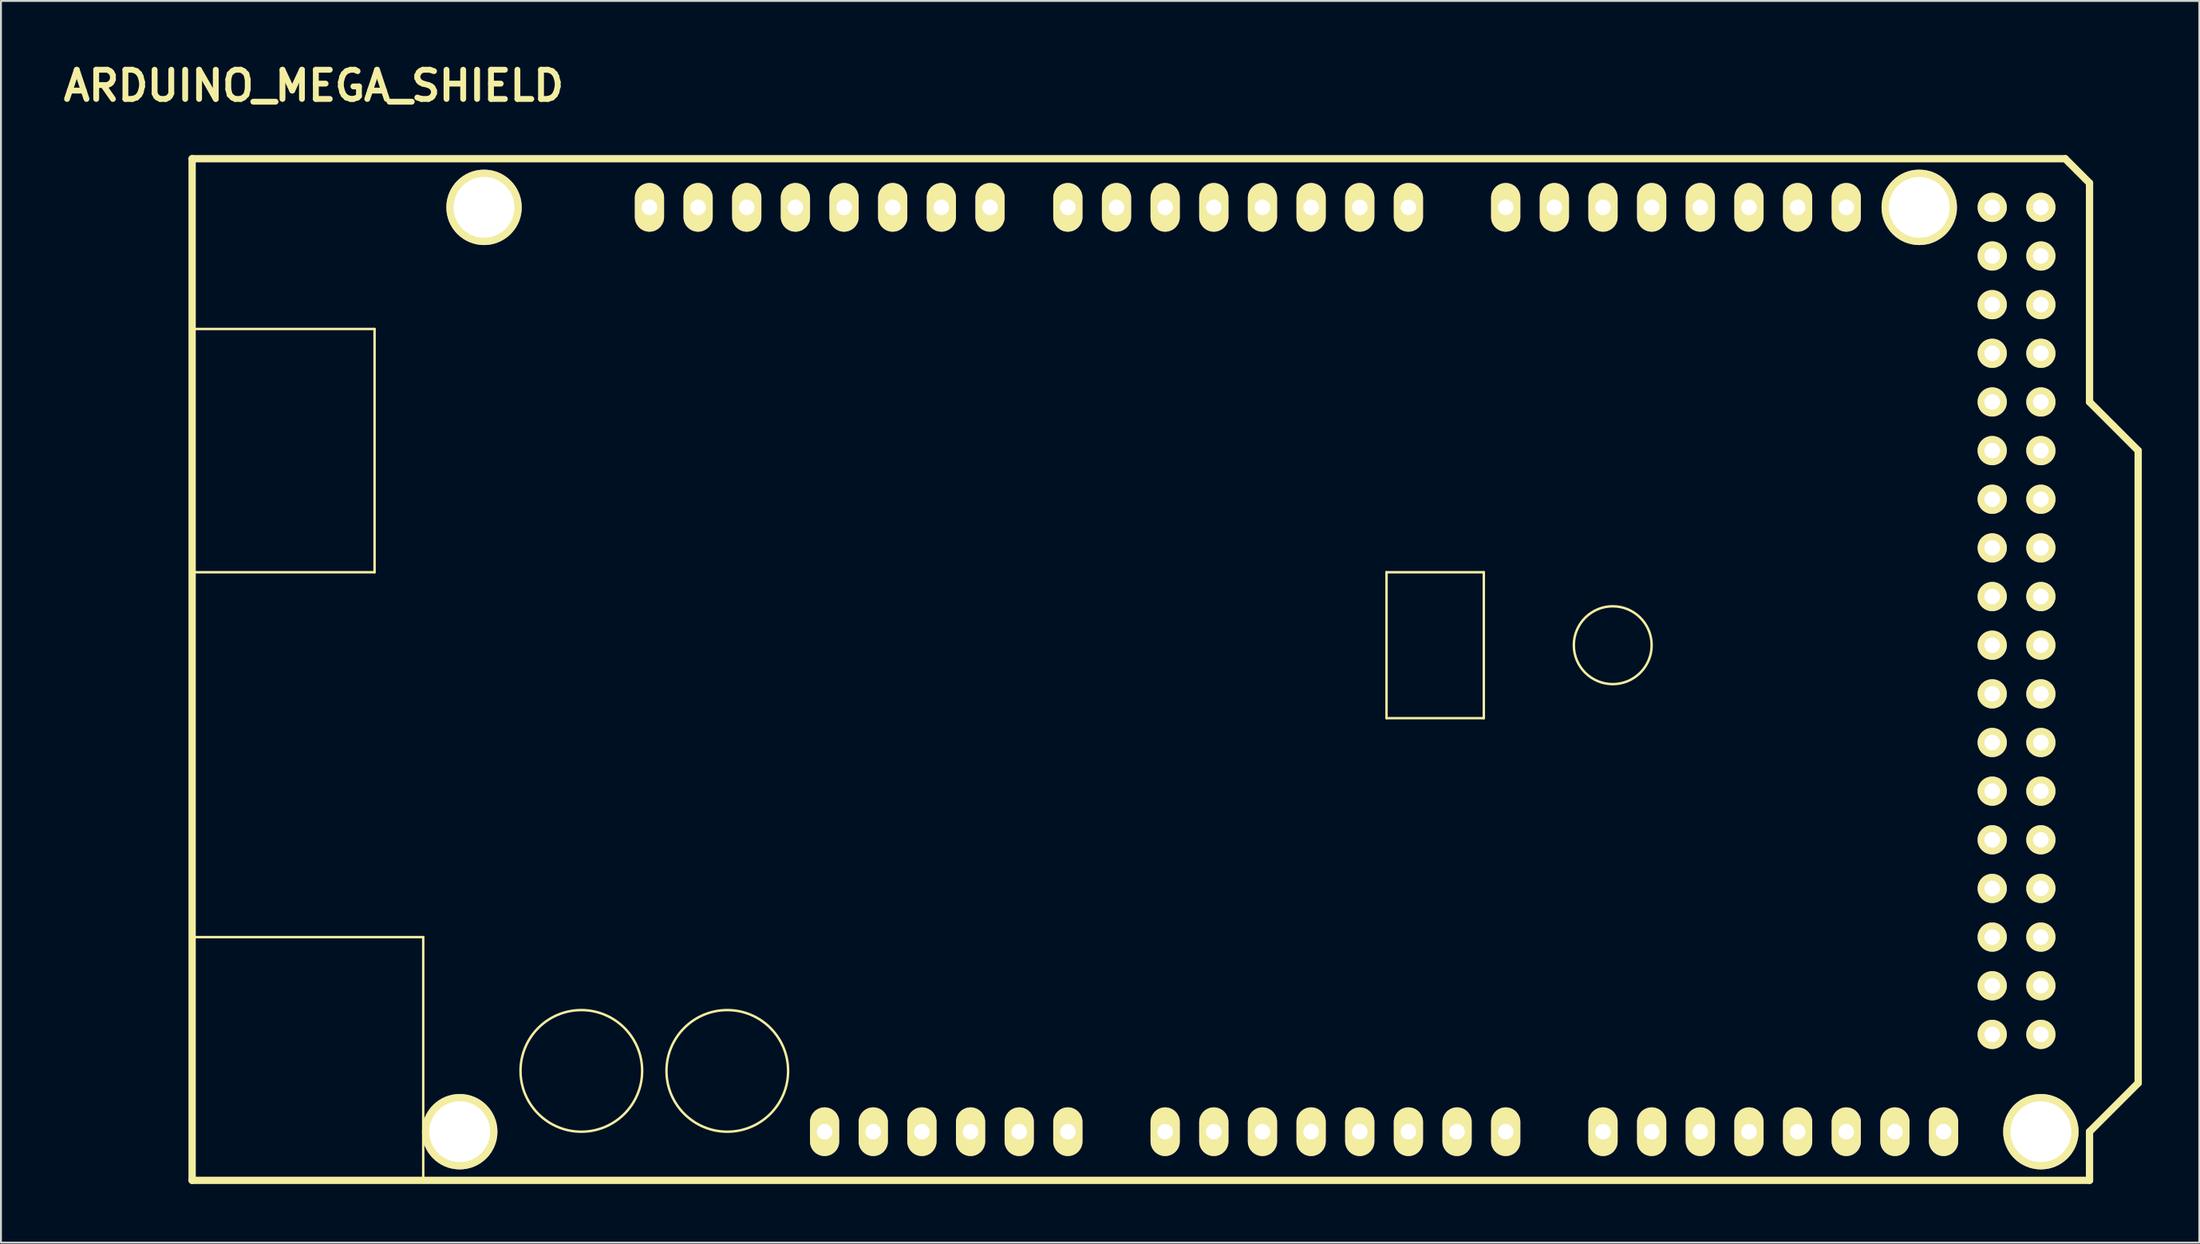
<source format=kicad_pcb>
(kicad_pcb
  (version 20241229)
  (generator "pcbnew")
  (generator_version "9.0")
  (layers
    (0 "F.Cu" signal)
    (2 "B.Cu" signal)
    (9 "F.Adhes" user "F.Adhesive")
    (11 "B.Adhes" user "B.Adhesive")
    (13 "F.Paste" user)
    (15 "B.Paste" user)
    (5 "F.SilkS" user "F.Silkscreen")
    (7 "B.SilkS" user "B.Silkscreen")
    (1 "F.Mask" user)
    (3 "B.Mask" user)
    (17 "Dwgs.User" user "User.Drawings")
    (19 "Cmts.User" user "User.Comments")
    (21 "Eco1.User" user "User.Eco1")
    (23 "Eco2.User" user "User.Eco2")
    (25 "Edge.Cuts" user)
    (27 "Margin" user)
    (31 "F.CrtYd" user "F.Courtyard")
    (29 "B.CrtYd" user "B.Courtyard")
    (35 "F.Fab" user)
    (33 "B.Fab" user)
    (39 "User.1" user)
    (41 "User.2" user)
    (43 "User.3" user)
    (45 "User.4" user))
  (footprint "ARDUINO_MEGA_SHIELD"
    (layer "F.Cu")
    (at 6.981 58.576)
    (property "Reference" "ARDUINO_MEGA_SHIELD" (at 6.35 -57.15 0) (layer "F.SilkS") (effects (font (size 1.524 1.524) (thickness 0.305))))
    (attr through_hole)
    (fp_line (start 0 -44.45) (end 9.525 -44.45) (stroke (width 0.127) (type solid)) (layer "F.SilkS"))
    (fp_line (start 0 -12.7) (end 12.065 -12.7) (stroke (width 0.127) (type solid)) (layer "F.SilkS"))
    (fp_line (start 0 0) (end 0 -53.34) (stroke (width 0.381) (type solid)) (layer "F.SilkS"))
    (fp_line (start 9.525 -44.45) (end 9.525 -31.75) (stroke (width 0.127) (type solid)) (layer "F.SilkS"))
    (fp_line (start 9.525 -31.75) (end 0 -31.75) (stroke (width 0.127) (type solid)) (layer "F.SilkS"))
    (fp_line (start 12.065 -12.7) (end 12.065 0) (stroke (width 0.127) (type solid)) (layer "F.SilkS"))
    (fp_line (start 62.357 -31.75) (end 62.357 -24.13) (stroke (width 0.127) (type solid)) (layer "F.SilkS"))
    (fp_line (start 62.357 -24.13) (end 67.437 -24.13) (stroke (width 0.127) (type solid)) (layer "F.SilkS"))
    (fp_line (start 67.437 -31.75) (end 62.357 -31.75) (stroke (width 0.127) (type solid)) (layer "F.SilkS"))
    (fp_line (start 67.437 -24.13) (end 67.437 -31.75) (stroke (width 0.127) (type solid)) (layer "F.SilkS"))
    (fp_line (start 97.79 -53.34) (end 0 -53.34) (stroke (width 0.381) (type solid)) (layer "F.SilkS"))
    (fp_line (start 99.06 -52.07) (end 97.79 -53.34) (stroke (width 0.381) (type solid)) (layer "F.SilkS"))
    (fp_line (start 99.06 -40.64) (end 99.06 -52.07) (stroke (width 0.381) (type solid)) (layer "F.SilkS"))
    (fp_line (start 99.06 -40.64) (end 101.6 -38.1) (stroke (width 0.381) (type solid)) (layer "F.SilkS"))
    (fp_line (start 99.06 -2.54) (end 99.06 0) (stroke (width 0.381) (type solid)) (layer "F.SilkS"))
    (fp_line (start 99.06 0) (end 0 0) (stroke (width 0.381) (type solid)) (layer "F.SilkS"))
    (fp_line (start 101.6 -38.1) (end 101.6 -5.08) (stroke (width 0.381) (type solid)) (layer "F.SilkS"))
    (fp_line (start 101.6 -5.08) (end 99.06 -2.54) (stroke (width 0.381) (type solid)) (layer "F.SilkS"))
    (fp_circle (center 20.32 -5.715) (end 23.495 -5.715) (stroke (width 0.127) (type solid)) (fill no) (layer "F.SilkS"))
    (fp_circle (center 27.94 -5.715) (end 31.115 -5.715) (stroke (width 0.127) (type solid)) (fill no) (layer "F.SilkS"))
    (fp_circle (center 74.168 -27.94) (end 76.2 -27.94) (stroke (width 0.127) (type solid)) (fill no) (layer "F.SilkS"))
    (pad "0" thru_hole oval (at 63.5 -50.8 90) (size 2.54 1.524) (drill 0.813) (layers "*.Cu" "*.Mask" "F.SilkS"))
    (pad "1" thru_hole oval (at 60.96 -50.8 90) (size 2.54 1.524) (drill 0.813) (layers "*.Cu" "*.Mask" "F.SilkS"))
    (pad "2" thru_hole oval (at 58.42 -50.8 90) (size 2.54 1.524) (drill 0.813) (layers "*.Cu" "*.Mask" "F.SilkS"))
    (pad "3" thru_hole oval (at 55.88 -50.8 90) (size 2.54 1.524) (drill 0.813) (layers "*.Cu" "*.Mask" "F.SilkS"))
    (pad "3V3" thru_hole oval (at 35.56 -2.54 90) (size 2.54 1.524) (drill 0.813) (layers "*.Cu" "*.Mask" "F.SilkS"))
    (pad "4" thru_hole oval (at 53.34 -50.8 90) (size 2.54 1.524) (drill 0.813) (layers "*.Cu" "*.Mask" "F.SilkS"))
    (pad "5" thru_hole oval (at 50.8 -50.8 90) (size 2.54 1.524) (drill 0.813) (layers "*.Cu" "*.Mask" "F.SilkS"))
    (pad "5V" thru_hole oval (at 38.1 -2.54 90) (size 2.54 1.524) (drill 0.813) (layers "*.Cu" "*.Mask" "F.SilkS"))
    (pad "5V_4" thru_hole circle (at 93.98 -50.8) (size 1.524 1.524) (drill 0.813) (layers "*.Cu" "*.Mask" "F.SilkS"))
    (pad "5V_5" thru_hole circle (at 96.52 -50.8) (size 1.524 1.524) (drill 0.813) (layers "*.Cu" "*.Mask" "F.SilkS"))
    (pad "6" thru_hole oval (at 48.26 -50.8 90) (size 2.54 1.524) (drill 0.813) (layers "*.Cu" "*.Mask" "F.SilkS"))
    (pad "7" thru_hole oval (at 45.72 -50.8 90) (size 2.54 1.524) (drill 0.813) (layers "*.Cu" "*.Mask" "F.SilkS"))
    (pad "8" thru_hole oval (at 41.656 -50.8 90) (size 2.54 1.524) (drill 0.813) (layers "*.Cu" "*.Mask" "F.SilkS"))
    (pad "9" thru_hole oval (at 39.116 -50.8 90) (size 2.54 1.524) (drill 0.813) (layers "*.Cu" "*.Mask" "F.SilkS"))
    (pad "10" thru_hole oval (at 36.576 -50.8 90) (size 2.54 1.524) (drill 0.813) (layers "*.Cu" "*.Mask" "F.SilkS"))
    (pad "11" thru_hole oval (at 34.036 -50.8 90) (size 2.54 1.524) (drill 0.813) (layers "*.Cu" "*.Mask" "F.SilkS"))
    (pad "12" thru_hole oval (at 31.496 -50.8 90) (size 2.54 1.524) (drill 0.813) (layers "*.Cu" "*.Mask" "F.SilkS"))
    (pad "13" thru_hole oval (at 28.956 -50.8 90) (size 2.54 1.524) (drill 0.813) (layers "*.Cu" "*.Mask" "F.SilkS"))
    (pad "14" thru_hole oval (at 68.58 -50.8 90) (size 2.54 1.524) (drill 0.813) (layers "*.Cu" "*.Mask" "F.SilkS"))
    (pad "15" thru_hole oval (at 71.12 -50.8 90) (size 2.54 1.524) (drill 0.813) (layers "*.Cu" "*.Mask" "F.SilkS"))
    (pad "16" thru_hole oval (at 73.66 -50.8 90) (size 2.54 1.524) (drill 0.813) (layers "*.Cu" "*.Mask" "F.SilkS"))
    (pad "17" thru_hole oval (at 76.2 -50.8 90) (size 2.54 1.524) (drill 0.813) (layers "*.Cu" "*.Mask" "F.SilkS"))
    (pad "18" thru_hole oval (at 78.74 -50.8 90) (size 2.54 1.524) (drill 0.813) (layers "*.Cu" "*.Mask" "F.SilkS"))
    (pad "19" thru_hole oval (at 81.28 -50.8 90) (size 2.54 1.524) (drill 0.813) (layers "*.Cu" "*.Mask" "F.SilkS"))
    (pad "20" thru_hole oval (at 83.82 -50.8 90) (size 2.54 1.524) (drill 0.813) (layers "*.Cu" "*.Mask" "F.SilkS"))
    (pad "21" thru_hole oval (at 86.36 -50.8 90) (size 2.54 1.524) (drill 0.813) (layers "*.Cu" "*.Mask" "F.SilkS"))
    (pad "22" thru_hole circle (at 93.98 -48.26) (size 1.524 1.524) (drill 0.813) (layers "*.Cu" "*.Mask" "F.SilkS"))
    (pad "23" thru_hole circle (at 96.52 -48.26) (size 1.524 1.524) (drill 0.813) (layers "*.Cu" "*.Mask" "F.SilkS"))
    (pad "24" thru_hole circle (at 93.98 -45.72) (size 1.524 1.524) (drill 0.813) (layers "*.Cu" "*.Mask" "F.SilkS"))
    (pad "25" thru_hole circle (at 96.52 -45.72) (size 1.524 1.524) (drill 0.813) (layers "*.Cu" "*.Mask" "F.SilkS"))
    (pad "26" thru_hole circle (at 93.98 -43.18) (size 1.524 1.524) (drill 0.813) (layers "*.Cu" "*.Mask" "F.SilkS"))
    (pad "27" thru_hole circle (at 96.52 -43.18) (size 1.524 1.524) (drill 0.813) (layers "*.Cu" "*.Mask" "F.SilkS"))
    (pad "28" thru_hole circle (at 93.98 -40.64) (size 1.524 1.524) (drill 0.813) (layers "*.Cu" "*.Mask" "F.SilkS"))
    (pad "29" thru_hole circle (at 96.52 -40.64) (size 1.524 1.524) (drill 0.813) (layers "*.Cu" "*.Mask" "F.SilkS"))
    (pad "30" thru_hole circle (at 93.98 -38.1) (size 1.524 1.524) (drill 0.813) (layers "*.Cu" "*.Mask" "F.SilkS"))
    (pad "31" thru_hole circle (at 96.52 -38.1) (size 1.524 1.524) (drill 0.813) (layers "*.Cu" "*.Mask" "F.SilkS"))
    (pad "32" thru_hole circle (at 93.98 -35.56) (size 1.524 1.524) (drill 0.813) (layers "*.Cu" "*.Mask" "F.SilkS"))
    (pad "33" thru_hole circle (at 96.52 -35.56) (size 1.524 1.524) (drill 0.813) (layers "*.Cu" "*.Mask" "F.SilkS"))
    (pad "34" thru_hole circle (at 93.98 -33.02) (size 1.524 1.524) (drill 0.813) (layers "*.Cu" "*.Mask" "F.SilkS"))
    (pad "35" thru_hole circle (at 96.52 -33.02) (size 1.524 1.524) (drill 0.813) (layers "*.Cu" "*.Mask" "F.SilkS"))
    (pad "36" thru_hole circle (at 93.98 -30.48) (size 1.524 1.524) (drill 0.813) (layers "*.Cu" "*.Mask" "F.SilkS"))
    (pad "37" thru_hole circle (at 96.52 -30.48) (size 1.524 1.524) (drill 0.813) (layers "*.Cu" "*.Mask" "F.SilkS"))
    (pad "38" thru_hole circle (at 93.98 -27.94) (size 1.524 1.524) (drill 0.813) (layers "*.Cu" "*.Mask" "F.SilkS"))
    (pad "39" thru_hole circle (at 96.52 -27.94) (size 1.524 1.524) (drill 0.813) (layers "*.Cu" "*.Mask" "F.SilkS"))
    (pad "40" thru_hole circle (at 93.98 -25.4) (size 1.524 1.524) (drill 0.813) (layers "*.Cu" "*.Mask" "F.SilkS"))
    (pad "41" thru_hole circle (at 96.52 -25.4) (size 1.524 1.524) (drill 0.813) (layers "*.Cu" "*.Mask" "F.SilkS"))
    (pad "42" thru_hole circle (at 93.98 -22.86) (size 1.524 1.524) (drill 0.813) (layers "*.Cu" "*.Mask" "F.SilkS"))
    (pad "43" thru_hole circle (at 96.52 -22.86) (size 1.524 1.524) (drill 0.813) (layers "*.Cu" "*.Mask" "F.SilkS"))
    (pad "44" thru_hole circle (at 93.98 -20.32) (size 1.524 1.524) (drill 0.813) (layers "*.Cu" "*.Mask" "F.SilkS"))
    (pad "45" thru_hole circle (at 96.52 -20.32) (size 1.524 1.524) (drill 0.813) (layers "*.Cu" "*.Mask" "F.SilkS"))
    (pad "46" thru_hole circle (at 93.98 -17.78) (size 1.524 1.524) (drill 0.813) (layers "*.Cu" "*.Mask" "F.SilkS"))
    (pad "47" thru_hole circle (at 96.52 -17.78) (size 1.524 1.524) (drill 0.813) (layers "*.Cu" "*.Mask" "F.SilkS"))
    (pad "48" thru_hole circle (at 93.98 -15.24) (size 1.524 1.524) (drill 0.813) (layers "*.Cu" "*.Mask" "F.SilkS"))
    (pad "49" thru_hole circle (at 96.52 -15.24) (size 1.524 1.524) (drill 0.813) (layers "*.Cu" "*.Mask" "F.SilkS"))
    (pad "50" thru_hole circle (at 93.98 -12.7) (size 1.524 1.524) (drill 0.813) (layers "*.Cu" "*.Mask" "F.SilkS"))
    (pad "51" thru_hole circle (at 96.52 -12.7) (size 1.524 1.524) (drill 0.813) (layers "*.Cu" "*.Mask" "F.SilkS"))
    (pad "52" thru_hole circle (at 93.98 -10.16) (size 1.524 1.524) (drill 0.813) (layers "*.Cu" "*.Mask" "F.SilkS"))
    (pad "53" thru_hole circle (at 96.52 -10.16) (size 1.524 1.524) (drill 0.813) (layers "*.Cu" "*.Mask" "F.SilkS"))
    (pad "AD0" thru_hole oval (at 50.8 -2.54 90) (size 2.54 1.524) (drill 0.813) (layers "*.Cu" "*.Mask" "F.SilkS"))
    (pad "AD1" thru_hole oval (at 53.34 -2.54 90) (size 2.54 1.524) (drill 0.813) (layers "*.Cu" "*.Mask" "F.SilkS"))
    (pad "AD2" thru_hole oval (at 55.88 -2.54 90) (size 2.54 1.524) (drill 0.813) (layers "*.Cu" "*.Mask" "F.SilkS"))
    (pad "AD3" thru_hole oval (at 58.42 -2.54 90) (size 2.54 1.524) (drill 0.813) (layers "*.Cu" "*.Mask" "F.SilkS"))
    (pad "AD4" thru_hole oval (at 60.96 -2.54 90) (size 2.54 1.524) (drill 0.813) (layers "*.Cu" "*.Mask" "F.SilkS"))
    (pad "AD5" thru_hole oval (at 63.5 -2.54 90) (size 2.54 1.524) (drill 0.813) (layers "*.Cu" "*.Mask" "F.SilkS"))
    (pad "AD6" thru_hole oval (at 66.04 -2.54 90) (size 2.54 1.524) (drill 0.813) (layers "*.Cu" "*.Mask" "F.SilkS"))
    (pad "AD7" thru_hole oval (at 68.58 -2.54 90) (size 2.54 1.524) (drill 0.813) (layers "*.Cu" "*.Mask" "F.SilkS"))
    (pad "AD8" thru_hole oval (at 73.66 -2.54 90) (size 2.54 1.524) (drill 0.813) (layers "*.Cu" "*.Mask" "F.SilkS"))
    (pad "AD9" thru_hole oval (at 76.2 -2.54 90) (size 2.54 1.524) (drill 0.813) (layers "*.Cu" "*.Mask" "F.SilkS"))
    (pad "AD10" thru_hole oval (at 78.74 -2.54 90) (size 2.54 1.524) (drill 0.813) (layers "*.Cu" "*.Mask" "F.SilkS"))
    (pad "AD11" thru_hole oval (at 81.28 -2.54 90) (size 2.54 1.524) (drill 0.813) (layers "*.Cu" "*.Mask" "F.SilkS"))
    (pad "AD12" thru_hole oval (at 83.82 -2.54 90) (size 2.54 1.524) (drill 0.813) (layers "*.Cu" "*.Mask" "F.SilkS"))
    (pad "AD13" thru_hole oval (at 86.36 -2.54 90) (size 2.54 1.524) (drill 0.813) (layers "*.Cu" "*.Mask" "F.SilkS"))
    (pad "AD14" thru_hole oval (at 88.9 -2.54 90) (size 2.54 1.524) (drill 0.813) (layers "*.Cu" "*.Mask" "F.SilkS"))
    (pad "AD15" thru_hole oval (at 91.44 -2.54 90) (size 2.54 1.524) (drill 0.813) (layers "*.Cu" "*.Mask" "F.SilkS"))
    (pad "AREF" thru_hole oval (at 23.876 -50.8 90) (size 2.54 1.524) (drill 0.813) (layers "*.Cu" "*.Mask" "F.SilkS"))
    (pad "GND1" thru_hole circle (at 13.97 -2.54 90) (size 3.937 3.937) (drill 3.175) (layers "*.Cu" "*.Mask" "F.SilkS"))
    (pad "GND1" thru_hole circle (at 15.24 -50.8 90) (size 3.937 3.937) (drill 3.175) (layers "*.Cu" "*.Mask" "F.SilkS"))
    (pad "GND1" thru_hole oval (at 40.64 -2.54 90) (size 2.54 1.524) (drill 0.813) (layers "*.Cu" "*.Mask" "F.SilkS"))
    (pad "GND1" thru_hole circle (at 90.17 -50.8 90) (size 3.937 3.937) (drill 3.175) (layers "*.Cu" "*.Mask" "F.SilkS"))
    (pad "GND1" thru_hole circle (at 96.52 -2.54 90) (size 3.937 3.937) (drill 3.175) (layers "*.Cu" "*.Mask" "F.SilkS"))
    (pad "GND2" thru_hole oval (at 43.18 -2.54 90) (size 2.54 1.524) (drill 0.813) (layers "*.Cu" "*.Mask" "F.SilkS"))
    (pad "GND3" thru_hole oval (at 26.416 -50.8 90) (size 2.54 1.524) (drill 0.813) (layers "*.Cu" "*.Mask" "F.SilkS"))
    (pad "GND4" thru_hole circle (at 93.98 -7.62) (size 1.524 1.524) (drill 0.813) (layers "*.Cu" "*.Mask" "F.SilkS"))
    (pad "GND5" thru_hole circle (at 96.52 -7.62) (size 1.524 1.524) (drill 0.813) (layers "*.Cu" "*.Mask" "F.SilkS"))
    (pad "RST" thru_hole oval (at 33.02 -2.54 90) (size 2.54 1.524) (drill 0.813) (layers "*.Cu" "*.Mask" "F.SilkS"))
    (pad "V_IN" thru_hole oval (at 45.72 -2.54 90) (size 2.54 1.524) (drill 0.813) (layers "*.Cu" "*.Mask" "F.SilkS")))
  (gr_rect
    (start -3 -3)
    (end 111.772 61.826)
    (stroke (width 0.1) (type default))
    (fill no)
    (layer "Edge.Cuts")))
</source>
